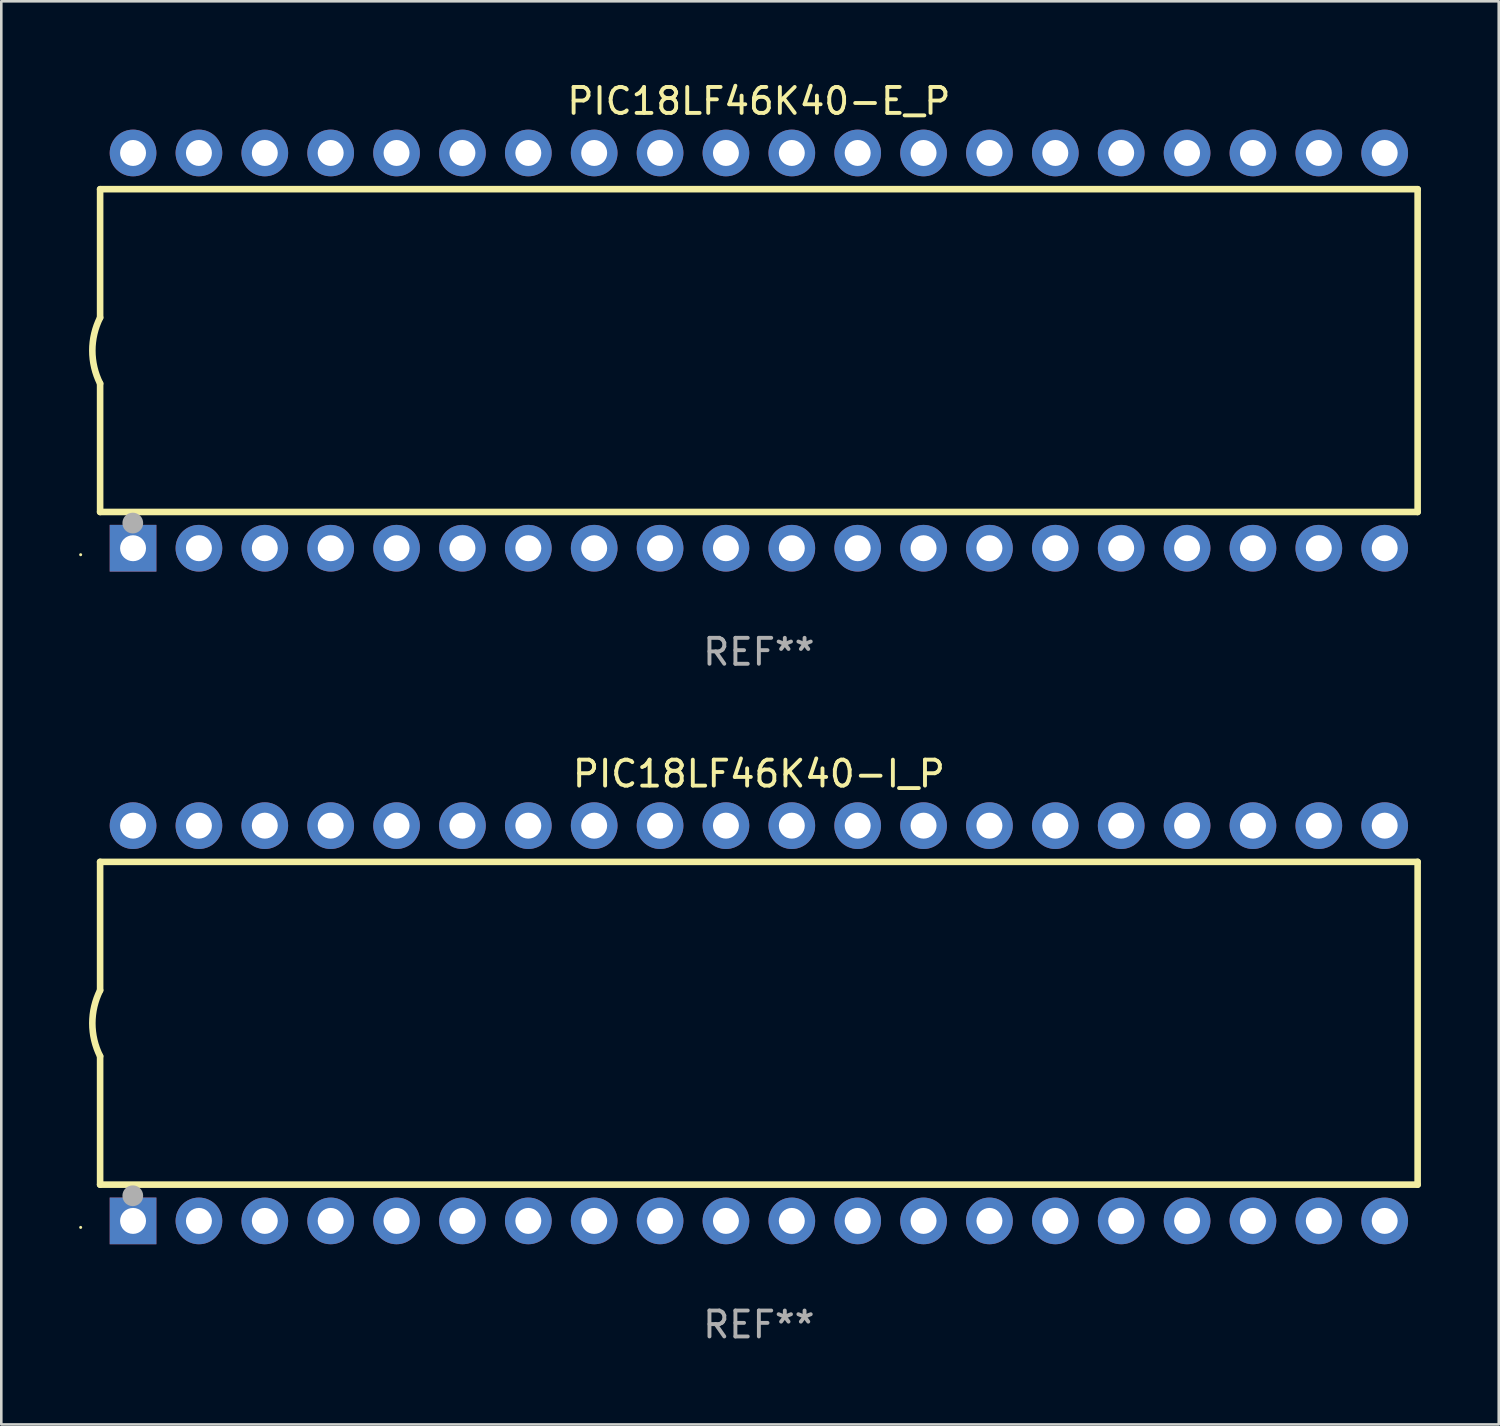
<source format=kicad_pcb>
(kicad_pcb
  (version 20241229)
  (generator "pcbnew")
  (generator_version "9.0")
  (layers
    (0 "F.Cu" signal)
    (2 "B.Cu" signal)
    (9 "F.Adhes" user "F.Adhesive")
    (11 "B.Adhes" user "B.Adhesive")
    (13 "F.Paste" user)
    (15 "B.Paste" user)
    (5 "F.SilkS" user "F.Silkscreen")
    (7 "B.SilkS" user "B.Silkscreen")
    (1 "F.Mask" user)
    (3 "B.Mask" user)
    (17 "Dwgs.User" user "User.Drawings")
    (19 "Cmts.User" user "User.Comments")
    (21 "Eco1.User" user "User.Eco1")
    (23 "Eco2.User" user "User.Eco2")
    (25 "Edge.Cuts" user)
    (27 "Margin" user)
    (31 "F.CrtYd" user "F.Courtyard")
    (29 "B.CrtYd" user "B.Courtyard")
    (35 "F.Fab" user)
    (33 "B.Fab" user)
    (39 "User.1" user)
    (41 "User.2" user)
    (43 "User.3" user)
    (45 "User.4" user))
  (footprint "PIC18LF46K40-I_P"
    (layer "F.Cu")
    (at 26.21 36.405)
    (property "Reference" "PIC18LF46K40-I_P" (at 0 -9.62 0) (layer "F.SilkS") (effects (font (size 1 1) (thickness 0.15))))
    (attr through_hole)
    (fp_line (start -25.4 -6.224) (end -25.4 -1.271) (stroke (width 0.254) (type solid)) (layer "F.SilkS"))
    (fp_line (start -25.4 -6.224) (end 25.4 -6.224) (stroke (width 0.254) (type solid)) (layer "F.SilkS"))
    (fp_line (start -25.4 1.269) (end -25.4 6.222) (stroke (width 0.254) (type solid)) (layer "F.SilkS"))
    (fp_line (start -25.4 6.222) (end 25.4 6.222) (stroke (width 0.254) (type solid)) (layer "F.SilkS"))
    (fp_line (start 25.4 6.222) (end 25.4 -6.224) (stroke (width 0.254) (type solid)) (layer "F.SilkS"))
    (fp_arc (start -25.4 1.269241) (mid -25.699807 -0.000762) (end -25.4 -1.270765) (stroke (width 0.254001) (type solid)) (layer "F.SilkS"))
    (fp_circle (center -26.15 7.87) (end -26.12 7.87) (stroke (width 0.06) (type solid)) (fill no) (layer "F.SilkS"))
    (fp_circle (center -24.14 6.65) (end -23.94 6.65) (stroke (width 0.4) (type solid)) (fill no) (layer "F.Fab"))
    (fp_text user "REF**" (at 0 11.62 0) (layer "F.Fab") (effects (font (size 1 1) (thickness 0.15))))
    (pad "1" thru_hole rect (at -24.13 7.62 90) (size 1.8 1.8) (drill 1) (layers "*.Cu" "*.Mask"))
    (pad "2" thru_hole circle (at -21.59 7.62) (size 1.8 1.8) (drill 1) (layers "*.Cu" "*.Mask"))
    (pad "3" thru_hole circle (at -19.05 7.62) (size 1.8 1.8) (drill 1) (layers "*.Cu" "*.Mask"))
    (pad "4" thru_hole circle (at -16.51 7.62) (size 1.8 1.8) (drill 1) (layers "*.Cu" "*.Mask"))
    (pad "5" thru_hole circle (at -13.97 7.62) (size 1.8 1.8) (drill 1) (layers "*.Cu" "*.Mask"))
    (pad "6" thru_hole circle (at -11.43 7.62) (size 1.8 1.8) (drill 1) (layers "*.Cu" "*.Mask"))
    (pad "7" thru_hole circle (at -8.89 7.62) (size 1.8 1.8) (drill 1) (layers "*.Cu" "*.Mask"))
    (pad "8" thru_hole circle (at -6.35 7.62) (size 1.8 1.8) (drill 1) (layers "*.Cu" "*.Mask"))
    (pad "9" thru_hole circle (at -3.81 7.62) (size 1.8 1.8) (drill 1) (layers "*.Cu" "*.Mask"))
    (pad "10" thru_hole circle (at -1.27 7.62) (size 1.8 1.8) (drill 1) (layers "*.Cu" "*.Mask"))
    (pad "11" thru_hole circle (at 1.27 7.62) (size 1.8 1.8) (drill 1) (layers "*.Cu" "*.Mask"))
    (pad "12" thru_hole circle (at 3.81 7.62) (size 1.8 1.8) (drill 1) (layers "*.Cu" "*.Mask"))
    (pad "13" thru_hole circle (at 6.35 7.62) (size 1.8 1.8) (drill 1) (layers "*.Cu" "*.Mask"))
    (pad "14" thru_hole circle (at 8.89 7.62) (size 1.8 1.8) (drill 1) (layers "*.Cu" "*.Mask"))
    (pad "15" thru_hole circle (at 11.43 7.62) (size 1.8 1.8) (drill 1) (layers "*.Cu" "*.Mask"))
    (pad "16" thru_hole circle (at 13.97 7.62) (size 1.8 1.8) (drill 1) (layers "*.Cu" "*.Mask"))
    (pad "17" thru_hole circle (at 16.51 7.62) (size 1.8 1.8) (drill 1) (layers "*.Cu" "*.Mask"))
    (pad "18" thru_hole circle (at 19.05 7.62) (size 1.8 1.8) (drill 1) (layers "*.Cu" "*.Mask"))
    (pad "19" thru_hole circle (at 21.59 7.62) (size 1.8 1.8) (drill 1) (layers "*.Cu" "*.Mask"))
    (pad "20" thru_hole circle (at 24.13 7.62) (size 1.8 1.8) (drill 1) (layers "*.Cu" "*.Mask"))
    (pad "21" thru_hole circle (at 24.13 -7.62) (size 1.8 1.8) (drill 1) (layers "*.Cu" "*.Mask"))
    (pad "22" thru_hole circle (at 21.59 -7.62) (size 1.8 1.8) (drill 1) (layers "*.Cu" "*.Mask"))
    (pad "23" thru_hole circle (at 19.05 -7.62) (size 1.8 1.8) (drill 1) (layers "*.Cu" "*.Mask"))
    (pad "24" thru_hole circle (at 16.51 -7.62) (size 1.8 1.8) (drill 1) (layers "*.Cu" "*.Mask"))
    (pad "25" thru_hole circle (at 13.97 -7.62) (size 1.8 1.8) (drill 1) (layers "*.Cu" "*.Mask"))
    (pad "26" thru_hole circle (at 11.43 -7.62) (size 1.8 1.8) (drill 1) (layers "*.Cu" "*.Mask"))
    (pad "27" thru_hole circle (at 8.89 -7.62) (size 1.8 1.8) (drill 1) (layers "*.Cu" "*.Mask"))
    (pad "28" thru_hole circle (at 6.35 -7.62) (size 1.8 1.8) (drill 1) (layers "*.Cu" "*.Mask"))
    (pad "29" thru_hole circle (at 3.81 -7.62) (size 1.8 1.8) (drill 1) (layers "*.Cu" "*.Mask"))
    (pad "30" thru_hole circle (at 1.27 -7.62) (size 1.8 1.8) (drill 1) (layers "*.Cu" "*.Mask"))
    (pad "31" thru_hole circle (at -1.27 -7.62) (size 1.8 1.8) (drill 1) (layers "*.Cu" "*.Mask"))
    (pad "32" thru_hole circle (at -3.81 -7.62) (size 1.8 1.8) (drill 1) (layers "*.Cu" "*.Mask"))
    (pad "33" thru_hole circle (at -6.35 -7.62) (size 1.8 1.8) (drill 1) (layers "*.Cu" "*.Mask"))
    (pad "34" thru_hole circle (at -8.89 -7.62) (size 1.8 1.8) (drill 1) (layers "*.Cu" "*.Mask"))
    (pad "35" thru_hole circle (at -11.43 -7.62) (size 1.8 1.8) (drill 1) (layers "*.Cu" "*.Mask"))
    (pad "36" thru_hole circle (at -13.97 -7.62) (size 1.8 1.8) (drill 1) (layers "*.Cu" "*.Mask"))
    (pad "37" thru_hole circle (at -16.51 -7.62) (size 1.8 1.8) (drill 1) (layers "*.Cu" "*.Mask"))
    (pad "38" thru_hole circle (at -19.05 -7.62) (size 1.8 1.8) (drill 1) (layers "*.Cu" "*.Mask"))
    (pad "39" thru_hole circle (at -21.59 -7.62) (size 1.8 1.8) (drill 1) (layers "*.Cu" "*.Mask"))
    (pad "40" thru_hole circle (at -24.13 -7.62) (size 1.8 1.8) (drill 1) (layers "*.Cu" "*.Mask")))
  (footprint "PIC18LF46K40-E_P"
    (layer "F.Cu")
    (at 26.21 10.468)
    (property "Reference" "PIC18LF46K40-E_P" (at 0 -9.62 0) (layer "F.SilkS") (effects (font (size 1 1) (thickness 0.15))))
    (attr through_hole)
    (fp_line (start -25.4 -6.224) (end -25.4 -1.271) (stroke (width 0.254) (type solid)) (layer "F.SilkS"))
    (fp_line (start -25.4 -6.224) (end 25.4 -6.224) (stroke (width 0.254) (type solid)) (layer "F.SilkS"))
    (fp_line (start -25.4 1.269) (end -25.4 6.222) (stroke (width 0.254) (type solid)) (layer "F.SilkS"))
    (fp_line (start -25.4 6.222) (end 25.4 6.222) (stroke (width 0.254) (type solid)) (layer "F.SilkS"))
    (fp_line (start 25.4 6.222) (end 25.4 -6.224) (stroke (width 0.254) (type solid)) (layer "F.SilkS"))
    (fp_arc (start -25.4 1.269241) (mid -25.699807 -0.000762) (end -25.4 -1.270765) (stroke (width 0.254001) (type solid)) (layer "F.SilkS"))
    (fp_circle (center -26.15 7.87) (end -26.12 7.87) (stroke (width 0.06) (type solid)) (fill no) (layer "F.SilkS"))
    (fp_circle (center -24.14 6.65) (end -23.94 6.65) (stroke (width 0.4) (type solid)) (fill no) (layer "F.Fab"))
    (fp_text user "REF**" (at 0 11.62 0) (layer "F.Fab") (effects (font (size 1 1) (thickness 0.15))))
    (pad "1" thru_hole rect (at -24.13 7.62 90) (size 1.8 1.8) (drill 1) (layers "*.Cu" "*.Mask"))
    (pad "2" thru_hole circle (at -21.59 7.62) (size 1.8 1.8) (drill 1) (layers "*.Cu" "*.Mask"))
    (pad "3" thru_hole circle (at -19.05 7.62) (size 1.8 1.8) (drill 1) (layers "*.Cu" "*.Mask"))
    (pad "4" thru_hole circle (at -16.51 7.62) (size 1.8 1.8) (drill 1) (layers "*.Cu" "*.Mask"))
    (pad "5" thru_hole circle (at -13.97 7.62) (size 1.8 1.8) (drill 1) (layers "*.Cu" "*.Mask"))
    (pad "6" thru_hole circle (at -11.43 7.62) (size 1.8 1.8) (drill 1) (layers "*.Cu" "*.Mask"))
    (pad "7" thru_hole circle (at -8.89 7.62) (size 1.8 1.8) (drill 1) (layers "*.Cu" "*.Mask"))
    (pad "8" thru_hole circle (at -6.35 7.62) (size 1.8 1.8) (drill 1) (layers "*.Cu" "*.Mask"))
    (pad "9" thru_hole circle (at -3.81 7.62) (size 1.8 1.8) (drill 1) (layers "*.Cu" "*.Mask"))
    (pad "10" thru_hole circle (at -1.27 7.62) (size 1.8 1.8) (drill 1) (layers "*.Cu" "*.Mask"))
    (pad "11" thru_hole circle (at 1.27 7.62) (size 1.8 1.8) (drill 1) (layers "*.Cu" "*.Mask"))
    (pad "12" thru_hole circle (at 3.81 7.62) (size 1.8 1.8) (drill 1) (layers "*.Cu" "*.Mask"))
    (pad "13" thru_hole circle (at 6.35 7.62) (size 1.8 1.8) (drill 1) (layers "*.Cu" "*.Mask"))
    (pad "14" thru_hole circle (at 8.89 7.62) (size 1.8 1.8) (drill 1) (layers "*.Cu" "*.Mask"))
    (pad "15" thru_hole circle (at 11.43 7.62) (size 1.8 1.8) (drill 1) (layers "*.Cu" "*.Mask"))
    (pad "16" thru_hole circle (at 13.97 7.62) (size 1.8 1.8) (drill 1) (layers "*.Cu" "*.Mask"))
    (pad "17" thru_hole circle (at 16.51 7.62) (size 1.8 1.8) (drill 1) (layers "*.Cu" "*.Mask"))
    (pad "18" thru_hole circle (at 19.05 7.62) (size 1.8 1.8) (drill 1) (layers "*.Cu" "*.Mask"))
    (pad "19" thru_hole circle (at 21.59 7.62) (size 1.8 1.8) (drill 1) (layers "*.Cu" "*.Mask"))
    (pad "20" thru_hole circle (at 24.13 7.62) (size 1.8 1.8) (drill 1) (layers "*.Cu" "*.Mask"))
    (pad "21" thru_hole circle (at 24.13 -7.62) (size 1.8 1.8) (drill 1) (layers "*.Cu" "*.Mask"))
    (pad "22" thru_hole circle (at 21.59 -7.62) (size 1.8 1.8) (drill 1) (layers "*.Cu" "*.Mask"))
    (pad "23" thru_hole circle (at 19.05 -7.62) (size 1.8 1.8) (drill 1) (layers "*.Cu" "*.Mask"))
    (pad "24" thru_hole circle (at 16.51 -7.62) (size 1.8 1.8) (drill 1) (layers "*.Cu" "*.Mask"))
    (pad "25" thru_hole circle (at 13.97 -7.62) (size 1.8 1.8) (drill 1) (layers "*.Cu" "*.Mask"))
    (pad "26" thru_hole circle (at 11.43 -7.62) (size 1.8 1.8) (drill 1) (layers "*.Cu" "*.Mask"))
    (pad "27" thru_hole circle (at 8.89 -7.62) (size 1.8 1.8) (drill 1) (layers "*.Cu" "*.Mask"))
    (pad "28" thru_hole circle (at 6.35 -7.62) (size 1.8 1.8) (drill 1) (layers "*.Cu" "*.Mask"))
    (pad "29" thru_hole circle (at 3.81 -7.62) (size 1.8 1.8) (drill 1) (layers "*.Cu" "*.Mask"))
    (pad "30" thru_hole circle (at 1.27 -7.62) (size 1.8 1.8) (drill 1) (layers "*.Cu" "*.Mask"))
    (pad "31" thru_hole circle (at -1.27 -7.62) (size 1.8 1.8) (drill 1) (layers "*.Cu" "*.Mask"))
    (pad "32" thru_hole circle (at -3.81 -7.62) (size 1.8 1.8) (drill 1) (layers "*.Cu" "*.Mask"))
    (pad "33" thru_hole circle (at -6.35 -7.62) (size 1.8 1.8) (drill 1) (layers "*.Cu" "*.Mask"))
    (pad "34" thru_hole circle (at -8.89 -7.62) (size 1.8 1.8) (drill 1) (layers "*.Cu" "*.Mask"))
    (pad "35" thru_hole circle (at -11.43 -7.62) (size 1.8 1.8) (drill 1) (layers "*.Cu" "*.Mask"))
    (pad "36" thru_hole circle (at -13.97 -7.62) (size 1.8 1.8) (drill 1) (layers "*.Cu" "*.Mask"))
    (pad "37" thru_hole circle (at -16.51 -7.62) (size 1.8 1.8) (drill 1) (layers "*.Cu" "*.Mask"))
    (pad "38" thru_hole circle (at -19.05 -7.62) (size 1.8 1.8) (drill 1) (layers "*.Cu" "*.Mask"))
    (pad "39" thru_hole circle (at -21.59 -7.62) (size 1.8 1.8) (drill 1) (layers "*.Cu" "*.Mask"))
    (pad "40" thru_hole circle (at -24.13 -7.62) (size 1.8 1.8) (drill 1) (layers "*.Cu" "*.Mask")))
  (gr_rect
    (start -3 -3)
    (end 54.737 51.873)
    (stroke (width 0.1) (type default))
    (fill no)
    (layer "Edge.Cuts")))
</source>
